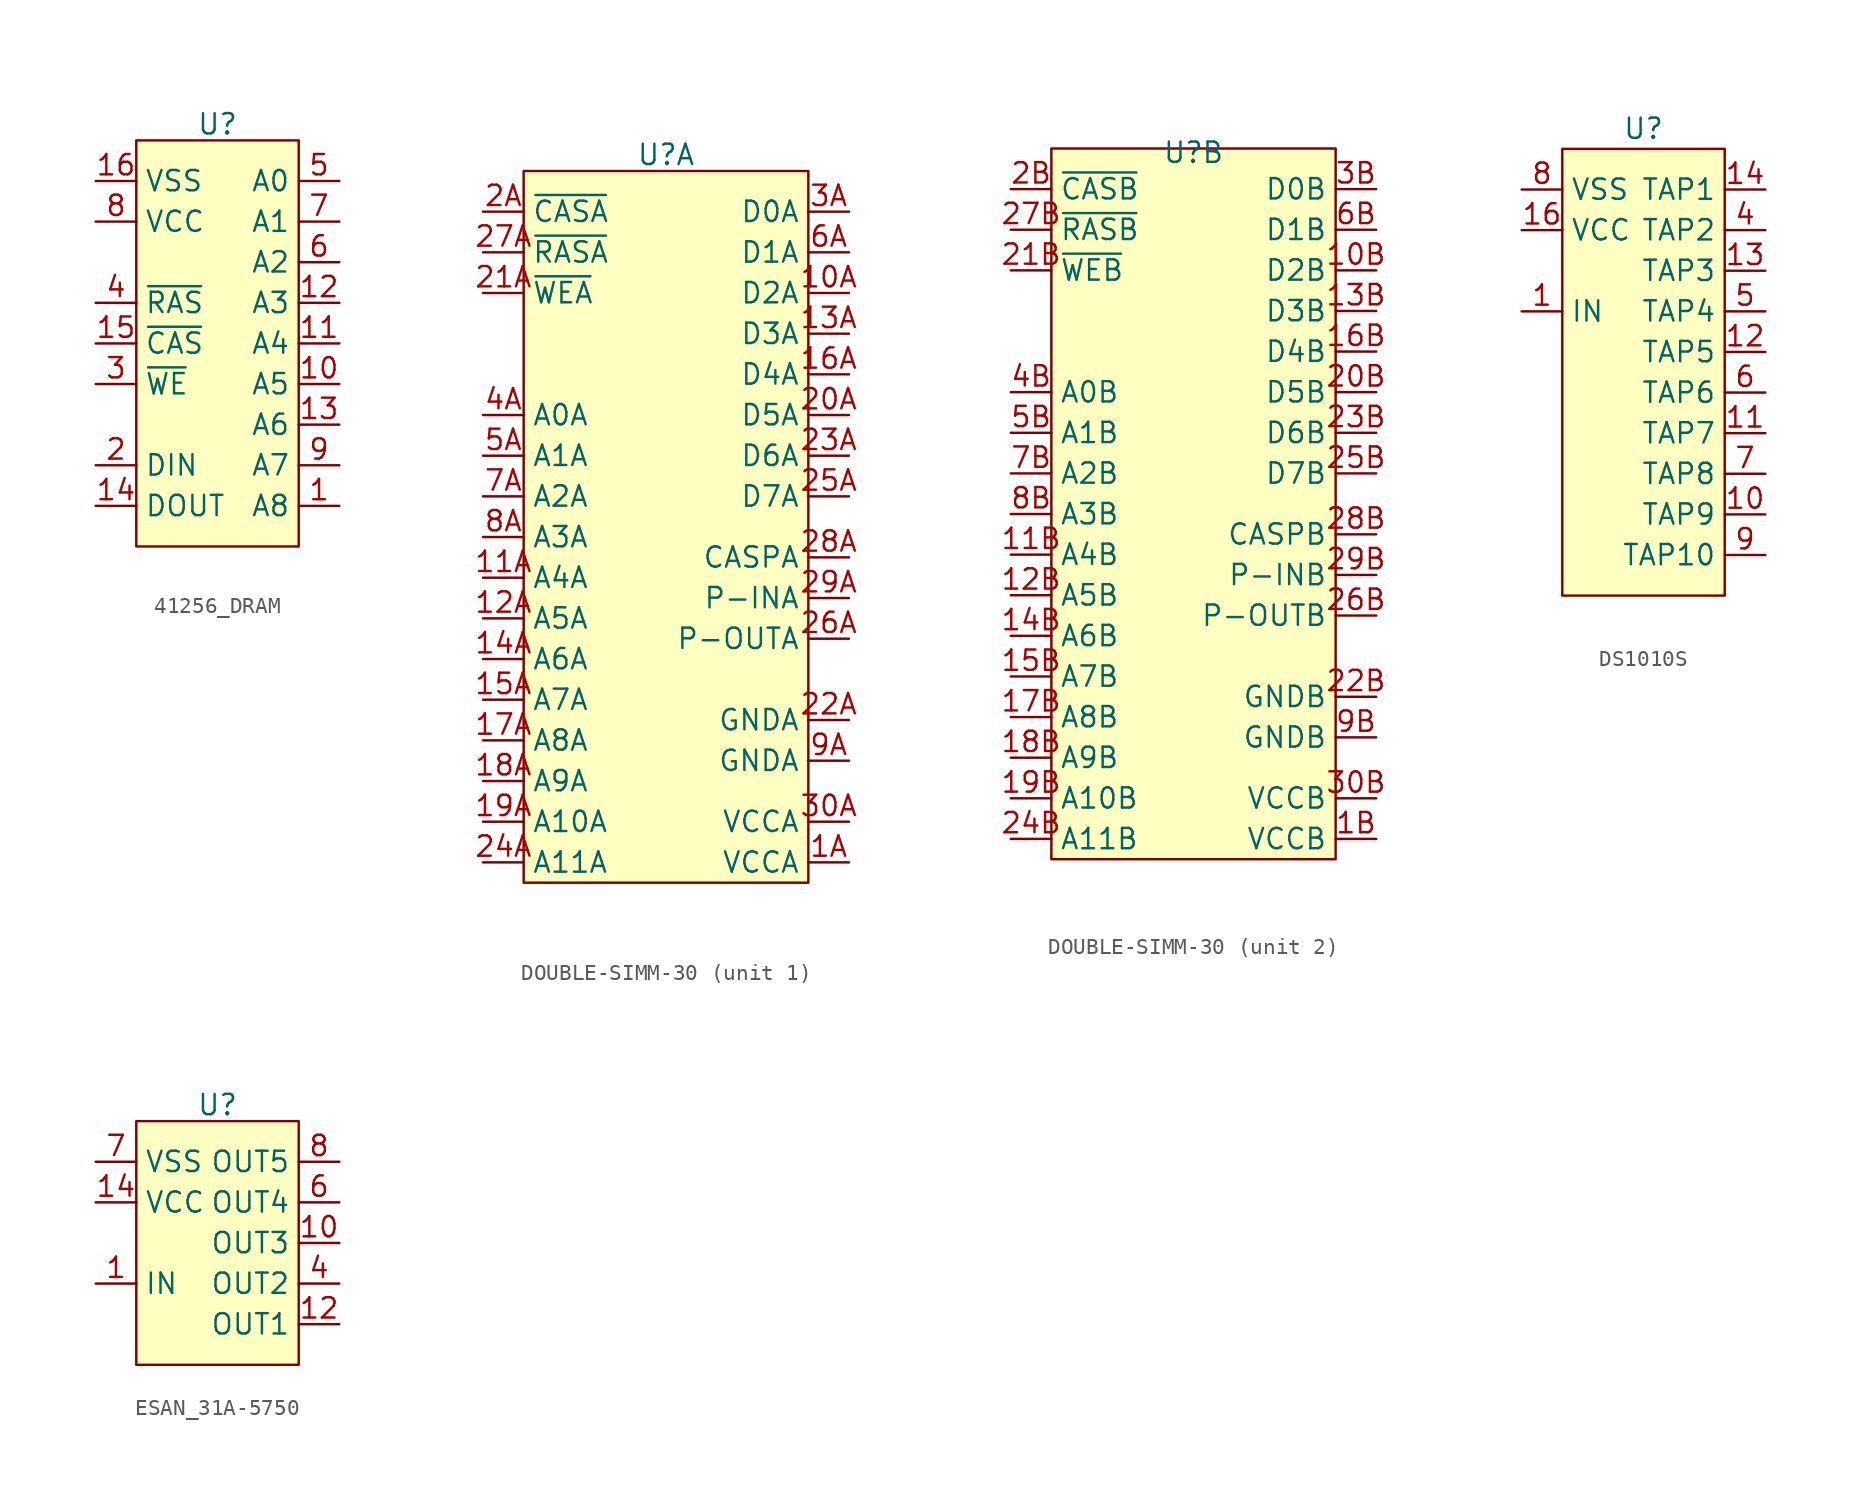
<source format=kicad_sym>
(kicad_symbol_lib
  (version 20241209)
  (generator "kicad_symbol_editor")
  (generator_version "9.0")
  (symbol "41256_DRAM"
    (property "Reference" "U"
      (at 0 13.716 0)
      (effects (font (size 1.27 1.27))))
    (property "Value" ""
      (at 0 5.08 0)
      (effects (font (size 1.27 1.27))))
    (symbol "41256_DRAM_1_1"
      (rectangle (start -5.08 12.7) (end 5.08 -12.7) (stroke (width 0) (type default)) (fill (type background)))
      (pin power_in line (at -7.62 10.16 0) (length 2.54) (name "VSS" (effects (font (size 1.27 1.27)))) (number "16" (effects (font (size 1.27 1.27)))))
      (pin power_in line (at -7.62 7.62 0) (length 2.54) (name "VCC" (effects (font (size 1.27 1.27)))) (number "8" (effects (font (size 1.27 1.27)))))
      (pin input line (at -7.62 2.54 0) (length 2.54) (name "~{RAS}" (effects (font (size 1.27 1.27)))) (number "4" (effects (font (size 1.27 1.27)))))
      (pin input line (at -7.62 0 0) (length 2.54) (name "~{CAS}" (effects (font (size 1.27 1.27)))) (number "15" (effects (font (size 1.27 1.27)))))
      (pin input line (at -7.62 -2.54 0) (length 2.54) (name "~{WE}" (effects (font (size 1.27 1.27)))) (number "3" (effects (font (size 1.27 1.27)))))
      (pin input line (at -7.62 -7.62 0) (length 2.54) (name "DIN" (effects (font (size 1.27 1.27)))) (number "2" (effects (font (size 1.27 1.27)))))
      (pin output line (at -7.62 -10.16 0) (length 2.54) (name "DOUT" (effects (font (size 1.27 1.27)))) (number "14" (effects (font (size 1.27 1.27)))))
      (pin input line (at 7.62 10.16 180) (length 2.54) (name "A0" (effects (font (size 1.27 1.27)))) (number "5" (effects (font (size 1.27 1.27)))))
      (pin input line (at 7.62 7.62 180) (length 2.54) (name "A1" (effects (font (size 1.27 1.27)))) (number "7" (effects (font (size 1.27 1.27)))))
      (pin input line (at 7.62 5.08 180) (length 2.54) (name "A2" (effects (font (size 1.27 1.27)))) (number "6" (effects (font (size 1.27 1.27)))))
      (pin input line (at 7.62 2.54 180) (length 2.54) (name "A3" (effects (font (size 1.27 1.27)))) (number "12" (effects (font (size 1.27 1.27)))))
      (pin input line (at 7.62 0 180) (length 2.54) (name "A4" (effects (font (size 1.27 1.27)))) (number "11" (effects (font (size 1.27 1.27)))))
      (pin input line (at 7.62 -2.54 180) (length 2.54) (name "A5" (effects (font (size 1.27 1.27)))) (number "10" (effects (font (size 1.27 1.27)))))
      (pin input line (at 7.62 -5.08 180) (length 2.54) (name "A6" (effects (font (size 1.27 1.27)))) (number "13" (effects (font (size 1.27 1.27)))))
      (pin input line (at 7.62 -7.62 180) (length 2.54) (name "A7" (effects (font (size 1.27 1.27)))) (number "9" (effects (font (size 1.27 1.27)))))
      (pin input line (at 7.62 -10.16 180) (length 2.54) (name "A8" (effects (font (size 1.27 1.27)))) (number "1" (effects (font (size 1.27 1.27)))))))
  (symbol "DOUBLE-SIMM-30"
    (property "Reference" "U"
      (at 0 22.606 0)
      (effects (font (size 1.27 1.27))))
    (property "Value" ""
      (at 0 22.606 0)
      (effects (font (size 1.27 1.27))))
    (property "ki_locked" ""
      (at 0 0 0)
      (effects (font (size 1.27 1.27))))
    (symbol "DOUBLE-SIMM-30_1_1"
      (rectangle (start -8.89 21.59) (end 8.89 -22.86) (stroke (width 0) (type default)) (fill (type background)))
      (pin input line (at -11.43 19.05 0) (length 2.54) (name "~{CASA}" (effects (font (size 1.27 1.27)))) (number "2A" (effects (font (size 1.27 1.27)))))
      (pin input line (at -11.43 16.51 0) (length 2.54) (name "~{RASA}" (effects (font (size 1.27 1.27)))) (number "27A" (effects (font (size 1.27 1.27)))))
      (pin input line (at -11.43 13.97 0) (length 2.54) (name "~{WEA}" (effects (font (size 1.27 1.27)))) (number "21A" (effects (font (size 1.27 1.27)))))
      (pin input line (at -11.43 6.35 0) (length 2.54) (name "A0A" (effects (font (size 1.27 1.27)))) (number "4A" (effects (font (size 1.27 1.27)))))
      (pin input line (at -11.43 3.81 0) (length 2.54) (name "A1A" (effects (font (size 1.27 1.27)))) (number "5A" (effects (font (size 1.27 1.27)))))
      (pin input line (at -11.43 1.27 0) (length 2.54) (name "A2A" (effects (font (size 1.27 1.27)))) (number "7A" (effects (font (size 1.27 1.27)))))
      (pin input line (at -11.43 -1.27 0) (length 2.54) (name "A3A" (effects (font (size 1.27 1.27)))) (number "8A" (effects (font (size 1.27 1.27)))))
      (pin input line (at -11.43 -3.81 0) (length 2.54) (name "A4A" (effects (font (size 1.27 1.27)))) (number "11A" (effects (font (size 1.27 1.27)))))
      (pin input line (at -11.43 -6.35 0) (length 2.54) (name "A5A" (effects (font (size 1.27 1.27)))) (number "12A" (effects (font (size 1.27 1.27)))))
      (pin input line (at -11.43 -8.89 0) (length 2.54) (name "A6A" (effects (font (size 1.27 1.27)))) (number "14A" (effects (font (size 1.27 1.27)))))
      (pin input line (at -11.43 -11.43 0) (length 2.54) (name "A7A" (effects (font (size 1.27 1.27)))) (number "15A" (effects (font (size 1.27 1.27)))))
      (pin input line (at -11.43 -13.97 0) (length 2.54) (name "A8A" (effects (font (size 1.27 1.27)))) (number "17A" (effects (font (size 1.27 1.27)))))
      (pin input line (at -11.43 -16.51 0) (length 2.54) (name "A9A" (effects (font (size 1.27 1.27)))) (number "18A" (effects (font (size 1.27 1.27)))))
      (pin input line (at -11.43 -19.05 0) (length 2.54) (name "A10A" (effects (font (size 1.27 1.27)))) (number "19A" (effects (font (size 1.27 1.27)))))
      (pin input line (at -11.43 -21.59 0) (length 2.54) (name "A11A" (effects (font (size 1.27 1.27)))) (number "24A" (effects (font (size 1.27 1.27)))))
      (pin bidirectional line (at 11.43 19.05 180) (length 2.54) (name "D0A" (effects (font (size 1.27 1.27)))) (number "3A" (effects (font (size 1.27 1.27)))))
      (pin bidirectional line (at 11.43 16.51 180) (length 2.54) (name "D1A" (effects (font (size 1.27 1.27)))) (number "6A" (effects (font (size 1.27 1.27)))))
      (pin bidirectional line (at 11.43 13.97 180) (length 2.54) (name "D2A" (effects (font (size 1.27 1.27)))) (number "10A" (effects (font (size 1.27 1.27)))))
      (pin bidirectional line (at 11.43 11.43 180) (length 2.54) (name "D3A" (effects (font (size 1.27 1.27)))) (number "13A" (effects (font (size 1.27 1.27)))))
      (pin bidirectional line (at 11.43 8.89 180) (length 2.54) (name "D4A" (effects (font (size 1.27 1.27)))) (number "16A" (effects (font (size 1.27 1.27)))))
      (pin bidirectional line (at 11.43 6.35 180) (length 2.54) (name "D5A" (effects (font (size 1.27 1.27)))) (number "20A" (effects (font (size 1.27 1.27)))))
      (pin bidirectional line (at 11.43 3.81 180) (length 2.54) (name "D6A" (effects (font (size 1.27 1.27)))) (number "23A" (effects (font (size 1.27 1.27)))))
      (pin bidirectional line (at 11.43 1.27 180) (length 2.54) (name "D7A" (effects (font (size 1.27 1.27)))) (number "25A" (effects (font (size 1.27 1.27)))))
      (pin input line (at 11.43 -2.54 180) (length 2.54) (name "CASPA" (effects (font (size 1.27 1.27)))) (number "28A" (effects (font (size 1.27 1.27)))))
      (pin input line (at 11.43 -5.08 180) (length 2.54) (name "P-INA" (effects (font (size 1.27 1.27)))) (number "29A" (effects (font (size 1.27 1.27)))))
      (pin output line (at 11.43 -7.62 180) (length 2.54) (name "P-OUTA" (effects (font (size 1.27 1.27)))) (number "26A" (effects (font (size 1.27 1.27)))))
      (pin power_in line (at 11.43 -12.7 180) (length 2.54) (name "GNDA" (effects (font (size 1.27 1.27)))) (number "22A" (effects (font (size 1.27 1.27)))))
      (pin power_in line (at 11.43 -15.24 180) (length 2.54) (name "GNDA" (effects (font (size 1.27 1.27)))) (number "9A" (effects (font (size 1.27 1.27)))))
      (pin power_in line (at 11.43 -19.05 180) (length 2.54) (name "VCCA" (effects (font (size 1.27 1.27)))) (number "30A" (effects (font (size 1.27 1.27)))))
      (pin power_in line (at 11.43 -21.59 180) (length 2.54) (name "VCCA" (effects (font (size 1.27 1.27)))) (number "1A" (effects (font (size 1.27 1.27))))))
    (symbol "DOUBLE-SIMM-30_2_1"
      (rectangle (start -8.89 22.86) (end 8.89 -21.59) (stroke (width 0) (type default)) (fill (type background)))
      (pin input line (at -11.43 20.32 0) (length 2.54) (name "~{CASB}" (effects (font (size 1.27 1.27)))) (number "2B" (effects (font (size 1.27 1.27)))))
      (pin input line (at -11.43 17.78 0) (length 2.54) (name "~{RASB}" (effects (font (size 1.27 1.27)))) (number "27B" (effects (font (size 1.27 1.27)))))
      (pin input line (at -11.43 15.24 0) (length 2.54) (name "~{WEB}" (effects (font (size 1.27 1.27)))) (number "21B" (effects (font (size 1.27 1.27)))))
      (pin input line (at -11.43 7.62 0) (length 2.54) (name "A0B" (effects (font (size 1.27 1.27)))) (number "4B" (effects (font (size 1.27 1.27)))))
      (pin input line (at -11.43 5.08 0) (length 2.54) (name "A1B" (effects (font (size 1.27 1.27)))) (number "5B" (effects (font (size 1.27 1.27)))))
      (pin input line (at -11.43 2.54 0) (length 2.54) (name "A2B" (effects (font (size 1.27 1.27)))) (number "7B" (effects (font (size 1.27 1.27)))))
      (pin input line (at -11.43 0 0) (length 2.54) (name "A3B" (effects (font (size 1.27 1.27)))) (number "8B" (effects (font (size 1.27 1.27)))))
      (pin input line (at -11.43 -2.54 0) (length 2.54) (name "A4B" (effects (font (size 1.27 1.27)))) (number "11B" (effects (font (size 1.27 1.27)))))
      (pin input line (at -11.43 -5.08 0) (length 2.54) (name "A5B" (effects (font (size 1.27 1.27)))) (number "12B" (effects (font (size 1.27 1.27)))))
      (pin input line (at -11.43 -7.62 0) (length 2.54) (name "A6B" (effects (font (size 1.27 1.27)))) (number "14B" (effects (font (size 1.27 1.27)))))
      (pin input line (at -11.43 -10.16 0) (length 2.54) (name "A7B" (effects (font (size 1.27 1.27)))) (number "15B" (effects (font (size 1.27 1.27)))))
      (pin input line (at -11.43 -12.7 0) (length 2.54) (name "A8B" (effects (font (size 1.27 1.27)))) (number "17B" (effects (font (size 1.27 1.27)))))
      (pin input line (at -11.43 -15.24 0) (length 2.54) (name "A9B" (effects (font (size 1.27 1.27)))) (number "18B" (effects (font (size 1.27 1.27)))))
      (pin input line (at -11.43 -17.78 0) (length 2.54) (name "A10B" (effects (font (size 1.27 1.27)))) (number "19B" (effects (font (size 1.27 1.27)))))
      (pin input line (at -11.43 -20.32 0) (length 2.54) (name "A11B" (effects (font (size 1.27 1.27)))) (number "24B" (effects (font (size 1.27 1.27)))))
      (pin bidirectional line (at 11.43 20.32 180) (length 2.54) (name "D0B" (effects (font (size 1.27 1.27)))) (number "3B" (effects (font (size 1.27 1.27)))))
      (pin bidirectional line (at 11.43 17.78 180) (length 2.54) (name "D1B" (effects (font (size 1.27 1.27)))) (number "6B" (effects (font (size 1.27 1.27)))))
      (pin bidirectional line (at 11.43 15.24 180) (length 2.54) (name "D2B" (effects (font (size 1.27 1.27)))) (number "10B" (effects (font (size 1.27 1.27)))))
      (pin bidirectional line (at 11.43 12.7 180) (length 2.54) (name "D3B" (effects (font (size 1.27 1.27)))) (number "13B" (effects (font (size 1.27 1.27)))))
      (pin bidirectional line (at 11.43 10.16 180) (length 2.54) (name "D4B" (effects (font (size 1.27 1.27)))) (number "16B" (effects (font (size 1.27 1.27)))))
      (pin bidirectional line (at 11.43 7.62 180) (length 2.54) (name "D5B" (effects (font (size 1.27 1.27)))) (number "20B" (effects (font (size 1.27 1.27)))))
      (pin bidirectional line (at 11.43 5.08 180) (length 2.54) (name "D6B" (effects (font (size 1.27 1.27)))) (number "23B" (effects (font (size 1.27 1.27)))))
      (pin bidirectional line (at 11.43 2.54 180) (length 2.54) (name "D7B" (effects (font (size 1.27 1.27)))) (number "25B" (effects (font (size 1.27 1.27)))))
      (pin input line (at 11.43 -1.27 180) (length 2.54) (name "CASPB" (effects (font (size 1.27 1.27)))) (number "28B" (effects (font (size 1.27 1.27)))))
      (pin input line (at 11.43 -3.81 180) (length 2.54) (name "P-INB" (effects (font (size 1.27 1.27)))) (number "29B" (effects (font (size 1.27 1.27)))))
      (pin output line (at 11.43 -6.35 180) (length 2.54) (name "P-OUTB" (effects (font (size 1.27 1.27)))) (number "26B" (effects (font (size 1.27 1.27)))))
      (pin power_in line (at 11.43 -11.43 180) (length 2.54) (name "GNDB" (effects (font (size 1.27 1.27)))) (number "22B" (effects (font (size 1.27 1.27)))))
      (pin power_in line (at 11.43 -13.97 180) (length 2.54) (name "GNDB" (effects (font (size 1.27 1.27)))) (number "9B" (effects (font (size 1.27 1.27)))))
      (pin power_in line (at 11.43 -17.78 180) (length 2.54) (name "VCCB" (effects (font (size 1.27 1.27)))) (number "30B" (effects (font (size 1.27 1.27)))))
      (pin power_in line (at 11.43 -20.32 180) (length 2.54) (name "VCCB" (effects (font (size 1.27 1.27)))) (number "1B" (effects (font (size 1.27 1.27)))))))
  (symbol "DS1010S"
    (property "Reference" "U"
      (at 0 15.24 0)
      (effects (font (size 1.27 1.27))))
    (property "Value" ""
      (at 0 15.24 0)
      (effects (font (size 1.27 1.27))))
    (symbol "DS1010S_1_1"
      (rectangle (start -5.08 13.97) (end 5.08 -13.97) (stroke (width 0) (type default)) (fill (type background)))
      (pin power_in line (at -7.62 11.43 0) (length 2.54) (name "VSS" (effects (font (size 1.27 1.27)))) (number "8" (effects (font (size 1.27 1.27)))))
      (pin power_in line (at -7.62 8.89 0) (length 2.54) (name "VCC" (effects (font (size 1.27 1.27)))) (number "16" (effects (font (size 1.27 1.27)))))
      (pin input line (at -7.62 3.81 0) (length 2.54) (name "IN" (effects (font (size 1.27 1.27)))) (number "1" (effects (font (size 1.27 1.27)))))
      (pin output line (at 7.62 11.43 180) (length 2.54) (name "TAP1" (effects (font (size 1.27 1.27)))) (number "14" (effects (font (size 1.27 1.27)))))
      (pin output line (at 7.62 8.89 180) (length 2.54) (name "TAP2" (effects (font (size 1.27 1.27)))) (number "4" (effects (font (size 1.27 1.27)))))
      (pin output line (at 7.62 6.35 180) (length 2.54) (name "TAP3" (effects (font (size 1.27 1.27)))) (number "13" (effects (font (size 1.27 1.27)))))
      (pin output line (at 7.62 3.81 180) (length 2.54) (name "TAP4" (effects (font (size 1.27 1.27)))) (number "5" (effects (font (size 1.27 1.27)))))
      (pin output line (at 7.62 1.27 180) (length 2.54) (name "TAP5" (effects (font (size 1.27 1.27)))) (number "12" (effects (font (size 1.27 1.27)))))
      (pin output line (at 7.62 -1.27 180) (length 2.54) (name "TAP6" (effects (font (size 1.27 1.27)))) (number "6" (effects (font (size 1.27 1.27)))))
      (pin output line (at 7.62 -3.81 180) (length 2.54) (name "TAP7" (effects (font (size 1.27 1.27)))) (number "11" (effects (font (size 1.27 1.27)))))
      (pin output line (at 7.62 -6.35 180) (length 2.54) (name "TAP8" (effects (font (size 1.27 1.27)))) (number "7" (effects (font (size 1.27 1.27)))))
      (pin output line (at 7.62 -8.89 180) (length 2.54) (name "TAP9" (effects (font (size 1.27 1.27)))) (number "10" (effects (font (size 1.27 1.27)))))
      (pin output line (at 7.62 -11.43 180) (length 2.54) (name "TAP10" (effects (font (size 1.27 1.27)))) (number "9" (effects (font (size 1.27 1.27)))))))
  (symbol "ESAN_31A-5750"
    (property "Reference" "U"
      (at 0 13.716 0)
      (effects (font (size 1.27 1.27))))
    (property "Value" ""
      (at 0 0 0)
      (effects (font (size 1.27 1.27))))
    (symbol "ESAN_31A-5750_1_1"
      (rectangle (start -5.08 12.7) (end 5.08 -2.54) (stroke (width 0) (type default)) (fill (type background)))
      (pin power_in line (at -7.62 10.16 0) (length 2.54) (name "VSS" (effects (font (size 1.27 1.27)))) (number "7" (effects (font (size 1.27 1.27)))))
      (pin power_in line (at -7.62 7.62 0) (length 2.54) (name "VCC" (effects (font (size 1.27 1.27)))) (number "14" (effects (font (size 1.27 1.27)))))
      (pin input line (at -7.62 2.54 0) (length 2.54) (name "IN" (effects (font (size 1.27 1.27)))) (number "1" (effects (font (size 1.27 1.27)))))
      (pin output line (at 7.62 10.16 180) (length 2.54) (name "OUT5" (effects (font (size 1.27 1.27)))) (number "8" (effects (font (size 1.27 1.27)))))
      (pin output line (at 7.62 7.62 180) (length 2.54) (name "OUT4" (effects (font (size 1.27 1.27)))) (number "6" (effects (font (size 1.27 1.27)))))
      (pin output line (at 7.62 5.08 180) (length 2.54) (name "OUT3" (effects (font (size 1.27 1.27)))) (number "10" (effects (font (size 1.27 1.27)))))
      (pin output line (at 7.62 2.54 180) (length 2.54) (name "OUT2" (effects (font (size 1.27 1.27)))) (number "4" (effects (font (size 1.27 1.27)))))
      (pin output line (at 7.62 0 180) (length 2.54) (name "OUT1" (effects (font (size 1.27 1.27)))) (number "12" (effects (font (size 1.27 1.27))))))))
</source>
